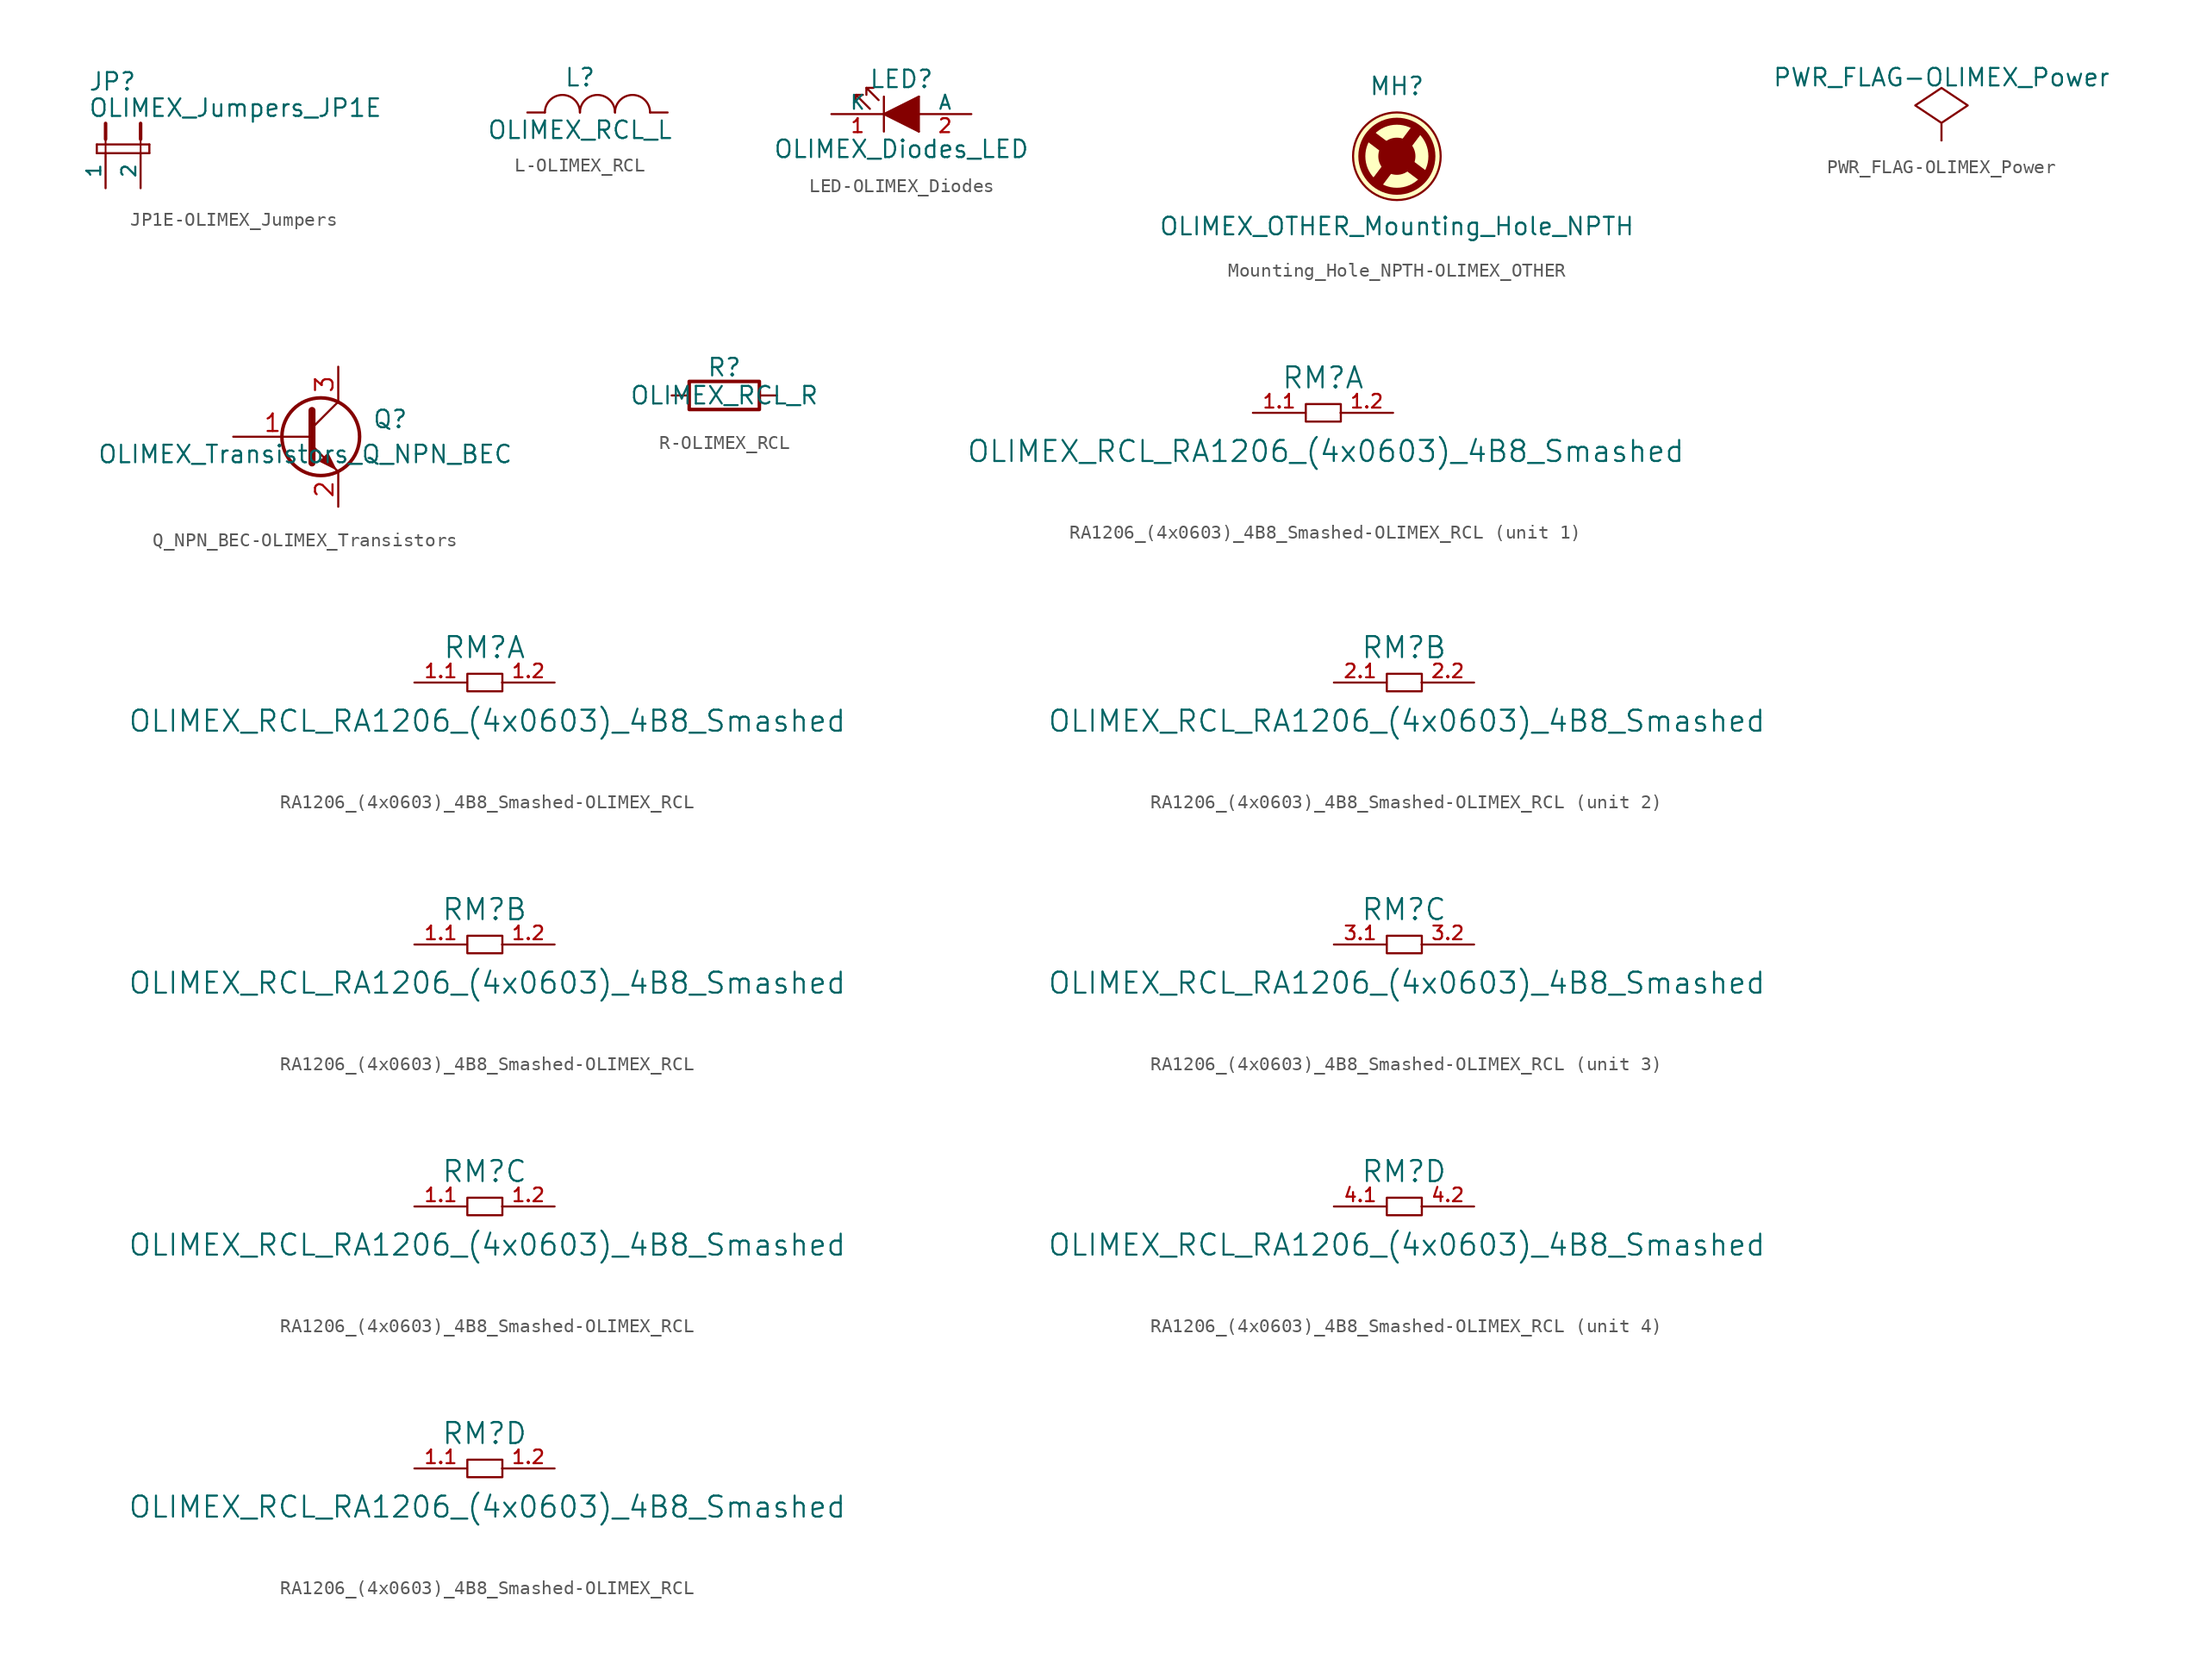
<source format=kicad_sym>
(kicad_symbol_lib
  (version 20220914)
  (generator kicad_symbol_editor)
  (symbol "JP1E-OLIMEX_Jumpers"
    (pin_numbers hide)
    (pin_names
      (offset 0))
    (property "Reference" "JP"
      (at -1.27 4.445 0)
      (effects (font (size 1.27 1.27)) (justify left bottom)))
    (property "Value" "OLIMEX_Jumpers_JP1E"
      (at -1.27 2.54 0)
      (effects (font (size 1.27 1.27)) (justify left bottom)))
    (property "Datasheet" ""
      (at 0 0 0)
      (effects (font (size 1.524 1.524))))
    (symbol "JP1E-OLIMEX_Jumpers_0_1"
      (polyline (pts (xy 0 0) (xy 0 1.016)) (stroke (width 0.127) (type solid)) (fill (type none)))
      (polyline (pts (xy 0 1.016) (xy 0 2.159)) (stroke (width 0.254) (type solid)) (fill (type none)))
      (polyline (pts (xy 2.54 0) (xy 2.54 1.016)) (stroke (width 0.127) (type solid)) (fill (type none)))
      (polyline (pts (xy 2.54 1.016) (xy 2.54 2.159)) (stroke (width 0.254) (type solid)) (fill (type none))))
    (symbol "JP1E-OLIMEX_Jumpers_1_0"
      (polyline (pts (xy -0.635 0) (xy 3.175 0)) (stroke (width 0) (type solid)) (fill (type none)))
      (polyline (pts (xy -0.635 0.635) (xy -0.635 0)) (stroke (width 0) (type solid)) (fill (type none)))
      (polyline (pts (xy 3.175 0) (xy 3.175 0.635)) (stroke (width 0) (type solid)) (fill (type none)))
      (polyline (pts (xy 3.175 0.635) (xy -0.635 0.635)) (stroke (width 0) (type solid)) (fill (type none))))
    (symbol "JP1E-OLIMEX_Jumpers_1_1"
      (pin passive line (at 0 -2.54 90) (length 2.54) (name "1" (effects (font (size 1.016 1.016)))) (number "1" (effects (font (size 1.016 1.016)))))
      (pin passive line (at 2.54 -2.54 90) (length 2.54) (name "2" (effects (font (size 1.016 1.016)))) (number "2" (effects (font (size 1.016 1.016)))))))
  (symbol "L-OLIMEX_RCL"
    (pin_numbers hide)
    (pin_names
      (offset 0) hide)
    (property "Reference" "L"
      (at -1.27 2.54 0)
      (effects (font (size 1.27 1.27))))
    (property "Value" "OLIMEX_RCL_L"
      (at -1.27 -1.27 0)
      (effects (font (size 1.27 1.27))))
    (property "Footprint" ""
      (at -1.27 0 0)
      (effects (font (size 1.524 1.524))))
    (property "Datasheet" ""
      (at -1.27 0 0)
      (effects (font (size 1.524 1.524))))
    (symbol "L-OLIMEX_RCL_0_1"
      (arc (start -1.27 0) (mid -2.54 1.2645) (end -3.81 0) (stroke (width 0) (type solid)) (fill (type none)))
      (arc (start 1.27 0) (mid 0 1.2645) (end -1.27 0) (stroke (width 0) (type solid)) (fill (type none)))
      (arc (start 3.81 0) (mid 2.54 1.2645) (end 1.27 0) (stroke (width 0) (type solid)) (fill (type none))))
    (symbol "L-OLIMEX_RCL_1_1"
      (pin passive line (at -5.08 0 0) (length 1.27) (name "1" (effects (font (size 0.762 0.762)))) (number "1" (effects (font (size 0.762 0.762)))))
      (pin passive line (at 5.08 0 180) (length 1.27) (name "2" (effects (font (size 0.762 0.762)))) (number "2" (effects (font (size 0.762 0.762)))))))
  (symbol "LED-OLIMEX_Diodes"
    (pin_names
      (offset 0))
    (property "Reference" "LED"
      (at 0 2.54 0)
      (effects (font (size 1.27 1.27))))
    (property "Value" "OLIMEX_Diodes_LED"
      (at 0 -2.54 0)
      (effects (font (size 1.27 1.27))))
    (property "Footprint" ""
      (at 0 0 0)
      (effects (font (size 1.524 1.524))))
    (property "Datasheet" ""
      (at 0 0 0)
      (effects (font (size 1.524 1.524))))
    (symbol "LED-OLIMEX_Diodes_0_1"
      (polyline (pts (xy -3.302 1.397) (xy -3.302 0.889)) (stroke (width 0) (type solid)) (fill (type none)))
      (polyline (pts (xy -2.54 1.905) (xy -2.032 1.905)) (stroke (width 0) (type solid)) (fill (type none)))
      (polyline (pts (xy -1.27 -1.27) (xy -1.27 1.27)) (stroke (width 0) (type solid)) (fill (type none)))
      (polyline (pts (xy -2.286 0.381) (xy -3.302 1.397) (xy -2.794 1.397)) (stroke (width 0) (type solid)) (fill (type none)))
      (polyline (pts (xy -1.651 1.016) (xy -2.54 1.905) (xy -2.54 1.397)) (stroke (width 0) (type solid)) (fill (type none)))
      (polyline (pts (xy 1.27 -1.27) (xy -1.27 0) (xy 1.27 1.27)) (stroke (width 0) (type solid)) (fill (type outline)))
      (rectangle (start 1.27 1.27) (end 1.27 -1.27) (stroke (width 0) (type solid)) (fill (type none))))
    (symbol "LED-OLIMEX_Diodes_1_1"
      (pin passive line (at -5.08 0 0) (length 3.81) (name "K" (effects (font (size 1.016 1.016)))) (number "1" (effects (font (size 1.016 1.016)))))
      (pin passive line (at 5.08 0 180) (length 3.81) (name "A" (effects (font (size 1.016 1.016)))) (number "2" (effects (font (size 1.016 1.016)))))))
  (symbol "Mounting_Hole_NPTH-OLIMEX_OTHER"
    (pin_names
      (offset 1.016))
    (property "Reference" "MH"
      (at 0 5.08 0)
      (effects (font (size 1.27 1.27))))
    (property "Value" "OLIMEX_OTHER_Mounting_Hole_NPTH"
      (at 0 -5.08 0)
      (effects (font (size 1.27 1.27))))
    (symbol "Mounting_Hole_NPTH-OLIMEX_OTHER_0_1"
      (polyline (pts (xy -1.905 1.27) (xy 1.778 -1.524)) (stroke (width 0.508) (type solid)) (fill (type none)))
      (polyline (pts (xy -1.905 1.27) (xy 1.905 -1.397)) (stroke (width 0.508) (type solid)) (fill (type none)))
      (polyline (pts (xy -1.778 1.524) (xy 1.905 -1.27)) (stroke (width 0.508) (type solid)) (fill (type none)))
      (polyline (pts (xy -1.524 -1.778) (xy 1.27 1.905)) (stroke (width 0.508) (type solid)) (fill (type none)))
      (polyline (pts (xy -1.27 -1.905) (xy 1.397 1.905)) (stroke (width 0.508) (type solid)) (fill (type none)))
      (polyline (pts (xy -1.27 -1.905) (xy 1.524 1.778)) (stroke (width 0.508) (type solid)) (fill (type none)))
      (polyline (pts (xy 1.194 2.184) (xy -1.778 -1.778)) (stroke (width 0) (type solid)) (fill (type none)))
      (polyline (pts (xy 1.778 -1.778) (xy -2.21 1.219)) (stroke (width 0) (type solid)) (fill (type none)))
      (polyline (pts (xy 1.778 1.778) (xy -1.219 -2.21)) (stroke (width 0) (type solid)) (fill (type none)))
      (polyline (pts (xy 2.184 -1.194) (xy -1.778 1.778)) (stroke (width 0) (type solid)) (fill (type none)))
      (circle (center 0 0) (radius 2.54) (stroke (width 0.508) (type solid)) (fill (type none)))
      (circle (center 0 0) (radius 3.175) (stroke (width 0) (type solid)) (fill (type background))))
    (symbol "Mounting_Hole_NPTH-OLIMEX_OTHER_1_1"
      (circle (center 0 0) (radius 1.27) (stroke (width 0) (type solid)) (fill (type outline)))))
  (symbol "PWR_FLAG-OLIMEX_Power"
    (power)
    (pin_numbers hide)
    (pin_names
      (offset 0) hide)
    (property "Reference" "#FLG"
      (at 0 2.413 0)
      (effects (font (size 1.27 1.27)) hide))
    (property "Value" "PWR_FLAG-OLIMEX_Power"
      (at 0 4.572 0)
      (effects (font (size 1.27 1.27))))
    (property "Footprint" ""
      (at 0 0 0)
      (effects (font (size 1.524 1.524))))
    (property "Datasheet" ""
      (at 0 0 0)
      (effects (font (size 1.524 1.524))))
    (symbol "PWR_FLAG-OLIMEX_Power_0_0"
      (pin power_out line (at 0 0 90) (length 0) (name "pwr" (effects (font (size 0.508 0.508)))) (number "1" (effects (font (size 0.508 0.508))))))
    (symbol "PWR_FLAG-OLIMEX_Power_0_1"
      (polyline (pts (xy 0 0) (xy 0 1.27) (xy -1.905 2.54) (xy 0 3.81) (xy 1.905 2.54) (xy 0 1.27)) (stroke (width 0) (type solid)) (fill (type none)))))
  (symbol "Q_NPN_BEC-OLIMEX_Transistors"
    (pin_names
      (offset 0) hide)
    (property "Reference" "Q"
      (at 7.62 1.27 0)
      (effects (font (size 1.27 1.27)) (justify right)))
    (property "Value" "OLIMEX_Transistors_Q_NPN_BEC"
      (at 15.24 -1.27 0)
      (effects (font (size 1.27 1.27)) (justify right)))
    (property "Footprint" ""
      (at 5.08 2.54 0)
      (effects (font (size 0.737 0.737))))
    (property "Datasheet" ""
      (at 0 0 0)
      (effects (font (size 1.524 1.524))))
    (symbol "Q_NPN_BEC-OLIMEX_Transistors_0_1"
      (polyline (pts (xy 0.635 0.635) (xy 2.54 2.54)) (stroke (width 0) (type solid)) (fill (type none)))
      (polyline (pts (xy 0.635 -0.635) (xy 2.54 -2.54) (xy 2.54 -2.54)) (stroke (width 0) (type solid)) (fill (type none)))
      (polyline (pts (xy 0.635 1.905) (xy 0.635 -1.905) (xy 0.635 -1.905)) (stroke (width 0.508) (type solid)) (fill (type none)))
      (polyline (pts (xy 1.27 -1.778) (xy 1.778 -1.27) (xy 2.286 -2.286) (xy 1.27 -1.778) (xy 1.27 -1.778)) (stroke (width 0) (type solid)) (fill (type outline)))
      (circle (center 1.27 0) (radius 2.819) (stroke (width 0.254) (type solid)) (fill (type none))))
    (symbol "Q_NPN_BEC-OLIMEX_Transistors_1_1"
      (pin passive line (at -5.08 0 0) (length 5.715) (name "B" (effects (font (size 1.27 1.27)))) (number "1" (effects (font (size 1.27 1.27)))))
      (pin passive line (at 2.54 -5.08 90) (length 2.54) (name "E" (effects (font (size 1.27 1.27)))) (number "2" (effects (font (size 1.27 1.27)))))
      (pin passive line (at 2.54 5.08 270) (length 2.54) (name "C" (effects (font (size 1.27 1.27)))) (number "3" (effects (font (size 1.27 1.27)))))))
  (symbol "R-OLIMEX_RCL"
    (pin_numbers hide)
    (pin_names
      (offset 0))
    (property "Reference" "R"
      (at 0 2.032 0)
      (effects (font (size 1.27 1.27))))
    (property "Value" "OLIMEX_RCL_R"
      (at 0 0 0)
      (effects (font (size 1.27 1.27))))
    (property "Footprint" ""
      (at 0 -1.778 0)
      (effects (font (size 0.762 0.762))))
    (property "Datasheet" ""
      (at 0 0 90)
      (effects (font (size 0.762 0.762))))
    (symbol "R-OLIMEX_RCL_0_1"
      (rectangle (start 2.54 -1.016) (end -2.54 1.016) (stroke (width 0.254) (type solid)) (fill (type none))))
    (symbol "R-OLIMEX_RCL_1_1"
      (pin passive line (at -3.81 0 0) (length 1.27) (name "~" (effects (font (size 1.524 1.524)))) (number "1" (effects (font (size 1.524 1.524)))))
      (pin passive line (at 3.81 0 180) (length 1.27) (name "~" (effects (font (size 1.524 1.524)))) (number "2" (effects (font (size 1.524 1.524)))))))
  (symbol "RA1206_(4x0603)_4B8_Smashed-OLIMEX_RCL"
    (pin_names
      (offset 1.016))
    (property "Reference" "RM"
      (at 0 6.35 0)
      (effects (font (size 1.524 1.524))))
    (property "Value" "OLIMEX_RCL_RA1206_(4x0603)_4B8_Smashed"
      (at 0.203 1.016 0)
      (effects (font (size 1.524 1.524))))
    (property "Footprint" ""
      (at 1.27 -2.54 0)
      (effects (font (size 1.524 1.524))))
    (property "Datasheet" ""
      (at 1.27 -2.54 0)
      (effects (font (size 1.524 1.524))))
    (symbol "RA1206_(4x0603)_4B8_Smashed-OLIMEX_RCL_0_0"
      (rectangle (start -1.245 4.445) (end 1.295 3.175) (stroke (width 0) (type solid)) (fill (type none))))
    (symbol "RA1206_(4x0603)_4B8_Smashed-OLIMEX_RCL_1_1"
      (pin passive line (at -5.08 3.81 0) (length 3.81) (name "~" (effects (font (size 0.991 0.991)))) (number "1.1" (effects (font (size 0.991 0.991)))))
      (pin passive line (at 5.08 3.81 180) (length 3.81) (name "~" (effects (font (size 0.991 0.991)))) (number "1.2" (effects (font (size 0.991 0.991))))))
    (symbol "RA1206_(4x0603)_4B8_Smashed-OLIMEX_RCL_1_2"
      (pin passive line (at -5.08 3.81 0) (length 3.81) (name "~" (effects (font (size 0.991 0.991)))) (number "1.1" (effects (font (size 0.991 0.991)))))
      (pin passive line (at 5.08 3.81 180) (length 3.81) (name "~" (effects (font (size 0.991 0.991)))) (number "1.2" (effects (font (size 0.991 0.991))))))
    (symbol "RA1206_(4x0603)_4B8_Smashed-OLIMEX_RCL_2_1"
      (pin passive line (at -5.08 3.81 0) (length 3.81) (name "~" (effects (font (size 0.991 0.991)))) (number "2.1" (effects (font (size 0.991 0.991)))))
      (pin passive line (at 5.08 3.81 180) (length 3.81) (name "~" (effects (font (size 0.991 0.991)))) (number "2.2" (effects (font (size 0.991 0.991))))))
    (symbol "RA1206_(4x0603)_4B8_Smashed-OLIMEX_RCL_2_2"
      (pin passive line (at -5.08 3.81 0) (length 3.81) (name "~" (effects (font (size 0.991 0.991)))) (number "1.1" (effects (font (size 0.991 0.991)))))
      (pin passive line (at 5.08 3.81 180) (length 3.81) (name "~" (effects (font (size 0.991 0.991)))) (number "1.2" (effects (font (size 0.991 0.991))))))
    (symbol "RA1206_(4x0603)_4B8_Smashed-OLIMEX_RCL_3_1"
      (pin passive line (at -5.08 3.81 0) (length 3.81) (name "~" (effects (font (size 0.991 0.991)))) (number "3.1" (effects (font (size 0.991 0.991)))))
      (pin passive line (at 5.08 3.81 180) (length 3.81) (name "~" (effects (font (size 0.991 0.991)))) (number "3.2" (effects (font (size 0.991 0.991))))))
    (symbol "RA1206_(4x0603)_4B8_Smashed-OLIMEX_RCL_3_2"
      (pin passive line (at -5.08 3.81 0) (length 3.81) (name "~" (effects (font (size 0.991 0.991)))) (number "1.1" (effects (font (size 0.991 0.991)))))
      (pin passive line (at 5.08 3.81 180) (length 3.81) (name "~" (effects (font (size 0.991 0.991)))) (number "1.2" (effects (font (size 0.991 0.991))))))
    (symbol "RA1206_(4x0603)_4B8_Smashed-OLIMEX_RCL_4_1"
      (pin passive line (at -5.08 3.81 0) (length 3.81) (name "~" (effects (font (size 0.991 0.991)))) (number "4.1" (effects (font (size 0.991 0.991)))))
      (pin passive line (at 5.08 3.81 180) (length 3.81) (name "~" (effects (font (size 0.991 0.991)))) (number "4.2" (effects (font (size 0.991 0.991))))))
    (symbol "RA1206_(4x0603)_4B8_Smashed-OLIMEX_RCL_4_2"
      (pin passive line (at -5.08 3.81 0) (length 3.81) (name "~" (effects (font (size 0.991 0.991)))) (number "1.1" (effects (font (size 0.991 0.991)))))
      (pin passive line (at 5.08 3.81 180) (length 3.81) (name "~" (effects (font (size 0.991 0.991)))) (number "1.2" (effects (font (size 0.991 0.991))))))))
</source>
